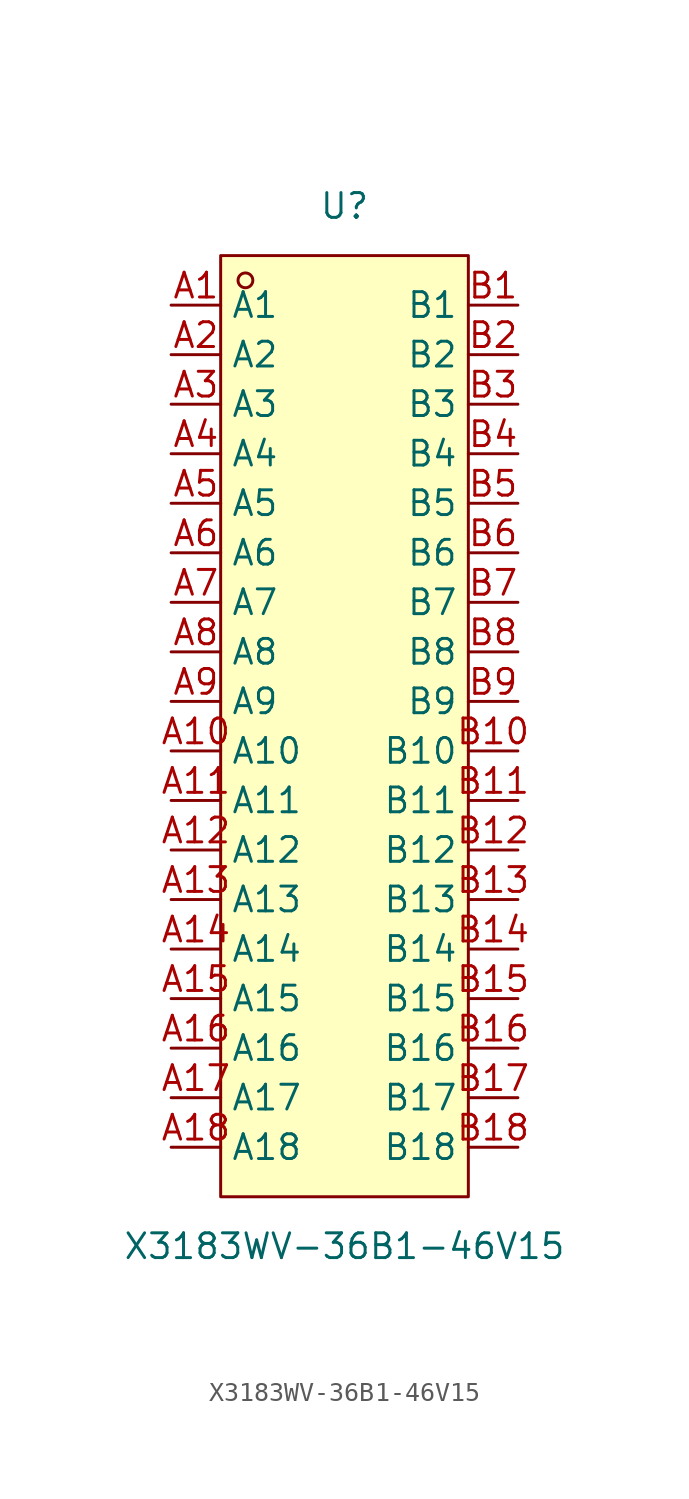
<source format=kicad_sym>
(kicad_symbol_lib
  (version 20211014)
  (generator https://github.com/uPesy/easyeda2kicad.py)
  (symbol "X3183WV-36B1-46V15"
    (property "Reference" "U"
      (at 0 26.67 0)
      (effects (font (size 1.27 1.27))))
    (property "Value" "X3183WV-36B1-46V15"
      (at 0 -26.67 0)
      (effects (font (size 1.27 1.27))))
    (symbol "X3183WV-36B1-46V15_0_1"
      (rectangle (start -6.35 24.13) (end 6.35 -24.13) (stroke (width 0) (type default) (color 0 0 0 0)) (fill (type background)))
      (circle (center -5.08 22.86) (radius 0.38) (stroke (width 0) (type default) (color 0 0 0 0)) (fill (type none)))
      (pin unspecified line (at -8.89 21.59 0) (length 2.54) (name "A1" (effects (font (size 1.27 1.27)))) (number "A1" (effects (font (size 1.27 1.27)))))
      (pin unspecified line (at -8.89 19.05 0) (length 2.54) (name "A2" (effects (font (size 1.27 1.27)))) (number "A2" (effects (font (size 1.27 1.27)))))
      (pin unspecified line (at -8.89 16.51 0) (length 2.54) (name "A3" (effects (font (size 1.27 1.27)))) (number "A3" (effects (font (size 1.27 1.27)))))
      (pin unspecified line (at -8.89 13.97 0) (length 2.54) (name "A4" (effects (font (size 1.27 1.27)))) (number "A4" (effects (font (size 1.27 1.27)))))
      (pin unspecified line (at -8.89 11.43 0) (length 2.54) (name "A5" (effects (font (size 1.27 1.27)))) (number "A5" (effects (font (size 1.27 1.27)))))
      (pin unspecified line (at -8.89 8.89 0) (length 2.54) (name "A6" (effects (font (size 1.27 1.27)))) (number "A6" (effects (font (size 1.27 1.27)))))
      (pin unspecified line (at -8.89 6.35 0) (length 2.54) (name "A7" (effects (font (size 1.27 1.27)))) (number "A7" (effects (font (size 1.27 1.27)))))
      (pin unspecified line (at -8.89 3.81 0) (length 2.54) (name "A8" (effects (font (size 1.27 1.27)))) (number "A8" (effects (font (size 1.27 1.27)))))
      (pin unspecified line (at -8.89 1.27 0) (length 2.54) (name "A9" (effects (font (size 1.27 1.27)))) (number "A9" (effects (font (size 1.27 1.27)))))
      (pin unspecified line (at -8.89 -1.27 0) (length 2.54) (name "A10" (effects (font (size 1.27 1.27)))) (number "A10" (effects (font (size 1.27 1.27)))))
      (pin unspecified line (at -8.89 -3.81 0) (length 2.54) (name "A11" (effects (font (size 1.27 1.27)))) (number "A11" (effects (font (size 1.27 1.27)))))
      (pin unspecified line (at -8.89 -6.35 0) (length 2.54) (name "A12" (effects (font (size 1.27 1.27)))) (number "A12" (effects (font (size 1.27 1.27)))))
      (pin unspecified line (at -8.89 -8.89 0) (length 2.54) (name "A13" (effects (font (size 1.27 1.27)))) (number "A13" (effects (font (size 1.27 1.27)))))
      (pin unspecified line (at -8.89 -11.43 0) (length 2.54) (name "A14" (effects (font (size 1.27 1.27)))) (number "A14" (effects (font (size 1.27 1.27)))))
      (pin unspecified line (at -8.89 -13.97 0) (length 2.54) (name "A15" (effects (font (size 1.27 1.27)))) (number "A15" (effects (font (size 1.27 1.27)))))
      (pin unspecified line (at -8.89 -16.51 0) (length 2.54) (name "A16" (effects (font (size 1.27 1.27)))) (number "A16" (effects (font (size 1.27 1.27)))))
      (pin unspecified line (at -8.89 -19.05 0) (length 2.54) (name "A17" (effects (font (size 1.27 1.27)))) (number "A17" (effects (font (size 1.27 1.27)))))
      (pin unspecified line (at -8.89 -21.59 0) (length 2.54) (name "A18" (effects (font (size 1.27 1.27)))) (number "A18" (effects (font (size 1.27 1.27)))))
      (pin unspecified line (at 8.89 21.59 180) (length 2.54) (name "B1" (effects (font (size 1.27 1.27)))) (number "B1" (effects (font (size 1.27 1.27)))))
      (pin unspecified line (at 8.89 19.05 180) (length 2.54) (name "B2" (effects (font (size 1.27 1.27)))) (number "B2" (effects (font (size 1.27 1.27)))))
      (pin unspecified line (at 8.89 16.51 180) (length 2.54) (name "B3" (effects (font (size 1.27 1.27)))) (number "B3" (effects (font (size 1.27 1.27)))))
      (pin unspecified line (at 8.89 13.97 180) (length 2.54) (name "B4" (effects (font (size 1.27 1.27)))) (number "B4" (effects (font (size 1.27 1.27)))))
      (pin unspecified line (at 8.89 11.43 180) (length 2.54) (name "B5" (effects (font (size 1.27 1.27)))) (number "B5" (effects (font (size 1.27 1.27)))))
      (pin unspecified line (at 8.89 8.89 180) (length 2.54) (name "B6" (effects (font (size 1.27 1.27)))) (number "B6" (effects (font (size 1.27 1.27)))))
      (pin unspecified line (at 8.89 6.35 180) (length 2.54) (name "B7" (effects (font (size 1.27 1.27)))) (number "B7" (effects (font (size 1.27 1.27)))))
      (pin unspecified line (at 8.89 3.81 180) (length 2.54) (name "B8" (effects (font (size 1.27 1.27)))) (number "B8" (effects (font (size 1.27 1.27)))))
      (pin unspecified line (at 8.89 1.27 180) (length 2.54) (name "B9" (effects (font (size 1.27 1.27)))) (number "B9" (effects (font (size 1.27 1.27)))))
      (pin unspecified line (at 8.89 -1.27 180) (length 2.54) (name "B10" (effects (font (size 1.27 1.27)))) (number "B10" (effects (font (size 1.27 1.27)))))
      (pin unspecified line (at 8.89 -3.81 180) (length 2.54) (name "B11" (effects (font (size 1.27 1.27)))) (number "B11" (effects (font (size 1.27 1.27)))))
      (pin unspecified line (at 8.89 -6.35 180) (length 2.54) (name "B12" (effects (font (size 1.27 1.27)))) (number "B12" (effects (font (size 1.27 1.27)))))
      (pin unspecified line (at 8.89 -8.89 180) (length 2.54) (name "B13" (effects (font (size 1.27 1.27)))) (number "B13" (effects (font (size 1.27 1.27)))))
      (pin unspecified line (at 8.89 -11.43 180) (length 2.54) (name "B14" (effects (font (size 1.27 1.27)))) (number "B14" (effects (font (size 1.27 1.27)))))
      (pin unspecified line (at 8.89 -13.97 180) (length 2.54) (name "B15" (effects (font (size 1.27 1.27)))) (number "B15" (effects (font (size 1.27 1.27)))))
      (pin unspecified line (at 8.89 -16.51 180) (length 2.54) (name "B16" (effects (font (size 1.27 1.27)))) (number "B16" (effects (font (size 1.27 1.27)))))
      (pin unspecified line (at 8.89 -19.05 180) (length 2.54) (name "B17" (effects (font (size 1.27 1.27)))) (number "B17" (effects (font (size 1.27 1.27)))))
      (pin unspecified line (at 8.89 -21.59 180) (length 2.54) (name "B18" (effects (font (size 1.27 1.27)))) (number "B18" (effects (font (size 1.27 1.27))))))))
</source>
